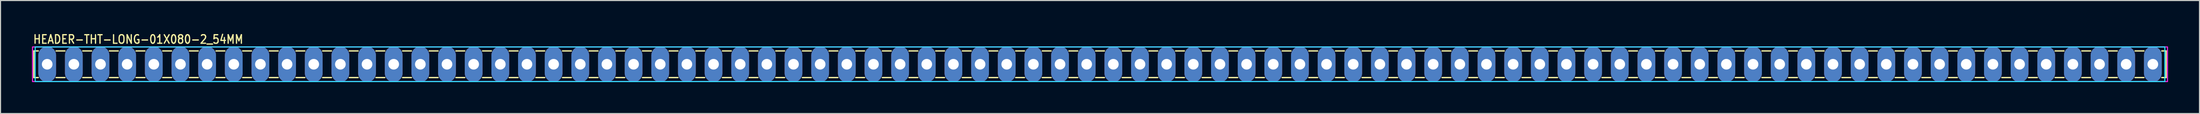
<source format=kicad_pcb>
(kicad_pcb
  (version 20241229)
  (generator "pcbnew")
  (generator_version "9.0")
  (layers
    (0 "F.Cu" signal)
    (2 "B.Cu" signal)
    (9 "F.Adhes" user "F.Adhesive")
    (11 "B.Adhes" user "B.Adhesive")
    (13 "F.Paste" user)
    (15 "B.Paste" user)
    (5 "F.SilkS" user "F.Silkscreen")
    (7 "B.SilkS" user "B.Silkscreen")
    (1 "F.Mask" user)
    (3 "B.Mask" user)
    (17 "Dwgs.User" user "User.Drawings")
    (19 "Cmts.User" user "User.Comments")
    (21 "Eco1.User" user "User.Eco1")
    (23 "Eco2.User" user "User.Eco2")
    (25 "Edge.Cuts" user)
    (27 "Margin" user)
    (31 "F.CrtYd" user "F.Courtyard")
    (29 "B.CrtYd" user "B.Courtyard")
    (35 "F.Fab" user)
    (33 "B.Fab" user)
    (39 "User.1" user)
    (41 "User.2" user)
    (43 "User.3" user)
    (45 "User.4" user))
  (footprint "HEADER-THT-LONG-01X080-2_54MM"
    (layer "F.Cu")
    (at 1.447 3.079)
    (property "Reference" "HEADER-THT-LONG-01X080-2_54MM" (at -1.4 -1.9 0) (unlocked yes) (layer "F.SilkS") (effects (font (size 0.813 0.695) (thickness 0.122)) (justify left bottom)))
    (fp_line (start -1.27 -1.27) (end -1.27 1.27) (stroke (width 0.127) (type solid)) (layer "F.SilkS"))
    (fp_line (start -1.27 1.27) (end -0.85 1.27) (stroke (width 0.127) (type solid)) (layer "F.SilkS"))
    (fp_line (start -0.85 -1.27) (end -1.27 -1.27) (stroke (width 0.127) (type solid)) (layer "F.SilkS"))
    (fp_line (start 0.85 -1.27) (end 1.69 -1.27) (stroke (width 0.127) (type solid)) (layer "F.SilkS"))
    (fp_line (start 0.85 1.27) (end 1.69 1.27) (stroke (width 0.127) (type solid)) (layer "F.SilkS"))
    (fp_line (start 3.39 -1.27) (end 4.23 -1.27) (stroke (width 0.127) (type solid)) (layer "F.SilkS"))
    (fp_line (start 3.39 1.27) (end 4.23 1.27) (stroke (width 0.127) (type solid)) (layer "F.SilkS"))
    (fp_line (start 5.93 -1.27) (end 6.77 -1.27) (stroke (width 0.127) (type solid)) (layer "F.SilkS"))
    (fp_line (start 5.93 1.27) (end 6.77 1.27) (stroke (width 0.127) (type solid)) (layer "F.SilkS"))
    (fp_line (start 8.47 -1.27) (end 9.31 -1.27) (stroke (width 0.127) (type solid)) (layer "F.SilkS"))
    (fp_line (start 8.47 1.27) (end 9.31 1.27) (stroke (width 0.127) (type solid)) (layer "F.SilkS"))
    (fp_line (start 11.01 -1.27) (end 11.85 -1.27) (stroke (width 0.127) (type solid)) (layer "F.SilkS"))
    (fp_line (start 11.01 1.27) (end 11.85 1.27) (stroke (width 0.127) (type solid)) (layer "F.SilkS"))
    (fp_line (start 13.55 -1.27) (end 14.39 -1.27) (stroke (width 0.127) (type solid)) (layer "F.SilkS"))
    (fp_line (start 13.55 1.27) (end 14.39 1.27) (stroke (width 0.127) (type solid)) (layer "F.SilkS"))
    (fp_line (start 16.09 -1.27) (end 16.93 -1.27) (stroke (width 0.127) (type solid)) (layer "F.SilkS"))
    (fp_line (start 16.09 1.27) (end 16.93 1.27) (stroke (width 0.127) (type solid)) (layer "F.SilkS"))
    (fp_line (start 18.63 -1.27) (end 19.47 -1.27) (stroke (width 0.127) (type solid)) (layer "F.SilkS"))
    (fp_line (start 18.63 1.27) (end 19.47 1.27) (stroke (width 0.127) (type solid)) (layer "F.SilkS"))
    (fp_line (start 21.17 -1.27) (end 22.01 -1.27) (stroke (width 0.127) (type solid)) (layer "F.SilkS"))
    (fp_line (start 21.17 1.27) (end 22.01 1.27) (stroke (width 0.127) (type solid)) (layer "F.SilkS"))
    (fp_line (start 23.71 -1.27) (end 24.55 -1.27) (stroke (width 0.127) (type solid)) (layer "F.SilkS"))
    (fp_line (start 23.71 1.27) (end 24.55 1.27) (stroke (width 0.127) (type solid)) (layer "F.SilkS"))
    (fp_line (start 26.25 -1.27) (end 27.09 -1.27) (stroke (width 0.127) (type solid)) (layer "F.SilkS"))
    (fp_line (start 26.25 1.27) (end 27.09 1.27) (stroke (width 0.127) (type solid)) (layer "F.SilkS"))
    (fp_line (start 28.79 -1.27) (end 29.63 -1.27) (stroke (width 0.127) (type solid)) (layer "F.SilkS"))
    (fp_line (start 28.79 1.27) (end 29.63 1.27) (stroke (width 0.127) (type solid)) (layer "F.SilkS"))
    (fp_line (start 31.33 -1.27) (end 32.17 -1.27) (stroke (width 0.127) (type solid)) (layer "F.SilkS"))
    (fp_line (start 31.33 1.27) (end 32.17 1.27) (stroke (width 0.127) (type solid)) (layer "F.SilkS"))
    (fp_line (start 33.87 -1.27) (end 34.71 -1.27) (stroke (width 0.127) (type solid)) (layer "F.SilkS"))
    (fp_line (start 33.87 1.27) (end 34.71 1.27) (stroke (width 0.127) (type solid)) (layer "F.SilkS"))
    (fp_line (start 36.41 -1.27) (end 37.25 -1.27) (stroke (width 0.127) (type solid)) (layer "F.SilkS"))
    (fp_line (start 36.41 1.27) (end 37.25 1.27) (stroke (width 0.127) (type solid)) (layer "F.SilkS"))
    (fp_line (start 38.95 -1.27) (end 39.79 -1.27) (stroke (width 0.127) (type solid)) (layer "F.SilkS"))
    (fp_line (start 38.95 1.27) (end 39.79 1.27) (stroke (width 0.127) (type solid)) (layer "F.SilkS"))
    (fp_line (start 41.49 -1.27) (end 42.33 -1.27) (stroke (width 0.127) (type solid)) (layer "F.SilkS"))
    (fp_line (start 41.49 1.27) (end 42.33 1.27) (stroke (width 0.127) (type solid)) (layer "F.SilkS"))
    (fp_line (start 44.03 -1.27) (end 44.87 -1.27) (stroke (width 0.127) (type solid)) (layer "F.SilkS"))
    (fp_line (start 44.03 1.27) (end 44.87 1.27) (stroke (width 0.127) (type solid)) (layer "F.SilkS"))
    (fp_line (start 46.57 -1.27) (end 47.41 -1.27) (stroke (width 0.127) (type solid)) (layer "F.SilkS"))
    (fp_line (start 46.57 1.27) (end 47.41 1.27) (stroke (width 0.127) (type solid)) (layer "F.SilkS"))
    (fp_line (start 49.11 -1.27) (end 49.95 -1.27) (stroke (width 0.127) (type solid)) (layer "F.SilkS"))
    (fp_line (start 49.11 1.27) (end 49.95 1.27) (stroke (width 0.127) (type solid)) (layer "F.SilkS"))
    (fp_line (start 51.65 -1.27) (end 52.49 -1.27) (stroke (width 0.127) (type solid)) (layer "F.SilkS"))
    (fp_line (start 51.65 1.27) (end 52.49 1.27) (stroke (width 0.127) (type solid)) (layer "F.SilkS"))
    (fp_line (start 54.19 -1.27) (end 55.03 -1.27) (stroke (width 0.127) (type solid)) (layer "F.SilkS"))
    (fp_line (start 54.19 1.27) (end 55.03 1.27) (stroke (width 0.127) (type solid)) (layer "F.SilkS"))
    (fp_line (start 56.73 -1.27) (end 57.57 -1.27) (stroke (width 0.127) (type solid)) (layer "F.SilkS"))
    (fp_line (start 56.73 1.27) (end 57.57 1.27) (stroke (width 0.127) (type solid)) (layer "F.SilkS"))
    (fp_line (start 59.27 -1.27) (end 60.11 -1.27) (stroke (width 0.127) (type solid)) (layer "F.SilkS"))
    (fp_line (start 59.27 1.27) (end 60.11 1.27) (stroke (width 0.127) (type solid)) (layer "F.SilkS"))
    (fp_line (start 61.81 -1.27) (end 62.65 -1.27) (stroke (width 0.127) (type solid)) (layer "F.SilkS"))
    (fp_line (start 61.81 1.27) (end 62.65 1.27) (stroke (width 0.127) (type solid)) (layer "F.SilkS"))
    (fp_line (start 64.35 -1.27) (end 65.19 -1.27) (stroke (width 0.127) (type solid)) (layer "F.SilkS"))
    (fp_line (start 64.35 1.27) (end 65.19 1.27) (stroke (width 0.127) (type solid)) (layer "F.SilkS"))
    (fp_line (start 66.89 -1.27) (end 67.73 -1.27) (stroke (width 0.127) (type solid)) (layer "F.SilkS"))
    (fp_line (start 66.89 1.27) (end 67.73 1.27) (stroke (width 0.127) (type solid)) (layer "F.SilkS"))
    (fp_line (start 69.43 -1.27) (end 70.27 -1.27) (stroke (width 0.127) (type solid)) (layer "F.SilkS"))
    (fp_line (start 69.43 1.27) (end 70.27 1.27) (stroke (width 0.127) (type solid)) (layer "F.SilkS"))
    (fp_line (start 71.97 -1.27) (end 72.81 -1.27) (stroke (width 0.127) (type solid)) (layer "F.SilkS"))
    (fp_line (start 71.97 1.27) (end 72.81 1.27) (stroke (width 0.127) (type solid)) (layer "F.SilkS"))
    (fp_line (start 74.51 -1.27) (end 75.35 -1.27) (stroke (width 0.127) (type solid)) (layer "F.SilkS"))
    (fp_line (start 74.51 1.27) (end 75.35 1.27) (stroke (width 0.127) (type solid)) (layer "F.SilkS"))
    (fp_line (start 77.05 -1.27) (end 77.89 -1.27) (stroke (width 0.127) (type solid)) (layer "F.SilkS"))
    (fp_line (start 77.05 1.27) (end 77.89 1.27) (stroke (width 0.127) (type solid)) (layer "F.SilkS"))
    (fp_line (start 79.59 -1.27) (end 80.43 -1.27) (stroke (width 0.127) (type solid)) (layer "F.SilkS"))
    (fp_line (start 79.59 1.27) (end 80.43 1.27) (stroke (width 0.127) (type solid)) (layer "F.SilkS"))
    (fp_line (start 82.13 -1.27) (end 82.97 -1.27) (stroke (width 0.127) (type solid)) (layer "F.SilkS"))
    (fp_line (start 82.13 1.27) (end 82.97 1.27) (stroke (width 0.127) (type solid)) (layer "F.SilkS"))
    (fp_line (start 84.67 -1.27) (end 85.51 -1.27) (stroke (width 0.127) (type solid)) (layer "F.SilkS"))
    (fp_line (start 84.67 1.27) (end 85.51 1.27) (stroke (width 0.127) (type solid)) (layer "F.SilkS"))
    (fp_line (start 87.21 -1.27) (end 88.05 -1.27) (stroke (width 0.127) (type solid)) (layer "F.SilkS"))
    (fp_line (start 87.21 1.27) (end 88.05 1.27) (stroke (width 0.127) (type solid)) (layer "F.SilkS"))
    (fp_line (start 89.75 -1.27) (end 90.59 -1.27) (stroke (width 0.127) (type solid)) (layer "F.SilkS"))
    (fp_line (start 89.75 1.27) (end 90.59 1.27) (stroke (width 0.127) (type solid)) (layer "F.SilkS"))
    (fp_line (start 92.29 -1.27) (end 93.13 -1.27) (stroke (width 0.127) (type solid)) (layer "F.SilkS"))
    (fp_line (start 92.29 1.27) (end 93.13 1.27) (stroke (width 0.127) (type solid)) (layer "F.SilkS"))
    (fp_line (start 94.83 -1.27) (end 95.67 -1.27) (stroke (width 0.127) (type solid)) (layer "F.SilkS"))
    (fp_line (start 94.83 1.27) (end 95.67 1.27) (stroke (width 0.127) (type solid)) (layer "F.SilkS"))
    (fp_line (start 97.37 -1.27) (end 98.21 -1.27) (stroke (width 0.127) (type solid)) (layer "F.SilkS"))
    (fp_line (start 97.37 1.27) (end 98.21 1.27) (stroke (width 0.127) (type solid)) (layer "F.SilkS"))
    (fp_line (start 99.91 -1.27) (end 100.75 -1.27) (stroke (width 0.127) (type solid)) (layer "F.SilkS"))
    (fp_line (start 99.91 1.27) (end 100.75 1.27) (stroke (width 0.127) (type solid)) (layer "F.SilkS"))
    (fp_line (start 102.45 -1.27) (end 103.29 -1.27) (stroke (width 0.127) (type solid)) (layer "F.SilkS"))
    (fp_line (start 102.45 1.27) (end 103.29 1.27) (stroke (width 0.127) (type solid)) (layer "F.SilkS"))
    (fp_line (start 104.99 -1.27) (end 105.83 -1.27) (stroke (width 0.127) (type solid)) (layer "F.SilkS"))
    (fp_line (start 104.99 1.27) (end 105.83 1.27) (stroke (width 0.127) (type solid)) (layer "F.SilkS"))
    (fp_line (start 107.53 -1.27) (end 108.37 -1.27) (stroke (width 0.127) (type solid)) (layer "F.SilkS"))
    (fp_line (start 107.53 1.27) (end 108.37 1.27) (stroke (width 0.127) (type solid)) (layer "F.SilkS"))
    (fp_line (start 110.07 -1.27) (end 110.91 -1.27) (stroke (width 0.127) (type solid)) (layer "F.SilkS"))
    (fp_line (start 110.07 1.27) (end 110.91 1.27) (stroke (width 0.127) (type solid)) (layer "F.SilkS"))
    (fp_line (start 112.61 -1.27) (end 113.45 -1.27) (stroke (width 0.127) (type solid)) (layer "F.SilkS"))
    (fp_line (start 112.61 1.27) (end 113.45 1.27) (stroke (width 0.127) (type solid)) (layer "F.SilkS"))
    (fp_line (start 115.15 -1.27) (end 115.99 -1.27) (stroke (width 0.127) (type solid)) (layer "F.SilkS"))
    (fp_line (start 115.15 1.27) (end 115.99 1.27) (stroke (width 0.127) (type solid)) (layer "F.SilkS"))
    (fp_line (start 117.69 -1.27) (end 118.53 -1.27) (stroke (width 0.127) (type solid)) (layer "F.SilkS"))
    (fp_line (start 117.69 1.27) (end 118.53 1.27) (stroke (width 0.127) (type solid)) (layer "F.SilkS"))
    (fp_line (start 120.23 -1.27) (end 121.07 -1.27) (stroke (width 0.127) (type solid)) (layer "F.SilkS"))
    (fp_line (start 120.23 1.27) (end 121.07 1.27) (stroke (width 0.127) (type solid)) (layer "F.SilkS"))
    (fp_line (start 122.77 -1.27) (end 123.61 -1.27) (stroke (width 0.127) (type solid)) (layer "F.SilkS"))
    (fp_line (start 122.77 1.27) (end 123.61 1.27) (stroke (width 0.127) (type solid)) (layer "F.SilkS"))
    (fp_line (start 125.31 -1.27) (end 126.15 -1.27) (stroke (width 0.127) (type solid)) (layer "F.SilkS"))
    (fp_line (start 125.31 1.27) (end 126.15 1.27) (stroke (width 0.127) (type solid)) (layer "F.SilkS"))
    (fp_line (start 127.85 -1.27) (end 128.69 -1.27) (stroke (width 0.127) (type solid)) (layer "F.SilkS"))
    (fp_line (start 127.85 1.27) (end 128.69 1.27) (stroke (width 0.127) (type solid)) (layer "F.SilkS"))
    (fp_line (start 130.39 -1.27) (end 131.23 -1.27) (stroke (width 0.127) (type solid)) (layer "F.SilkS"))
    (fp_line (start 130.39 1.27) (end 131.23 1.27) (stroke (width 0.127) (type solid)) (layer "F.SilkS"))
    (fp_line (start 132.93 -1.27) (end 133.77 -1.27) (stroke (width 0.127) (type solid)) (layer "F.SilkS"))
    (fp_line (start 132.93 1.27) (end 133.77 1.27) (stroke (width 0.127) (type solid)) (layer "F.SilkS"))
    (fp_line (start 135.47 -1.27) (end 136.31 -1.27) (stroke (width 0.127) (type solid)) (layer "F.SilkS"))
    (fp_line (start 135.47 1.27) (end 136.31 1.27) (stroke (width 0.127) (type solid)) (layer "F.SilkS"))
    (fp_line (start 138.01 -1.27) (end 138.85 -1.27) (stroke (width 0.127) (type solid)) (layer "F.SilkS"))
    (fp_line (start 138.01 1.27) (end 138.85 1.27) (stroke (width 0.127) (type solid)) (layer "F.SilkS"))
    (fp_line (start 140.55 -1.27) (end 141.39 -1.27) (stroke (width 0.127) (type solid)) (layer "F.SilkS"))
    (fp_line (start 140.55 1.27) (end 141.39 1.27) (stroke (width 0.127) (type solid)) (layer "F.SilkS"))
    (fp_line (start 143.09 -1.27) (end 143.93 -1.27) (stroke (width 0.127) (type solid)) (layer "F.SilkS"))
    (fp_line (start 143.09 1.27) (end 143.93 1.27) (stroke (width 0.127) (type solid)) (layer "F.SilkS"))
    (fp_line (start 145.63 -1.27) (end 146.47 -1.27) (stroke (width 0.127) (type solid)) (layer "F.SilkS"))
    (fp_line (start 145.63 1.27) (end 146.47 1.27) (stroke (width 0.127) (type solid)) (layer "F.SilkS"))
    (fp_line (start 148.17 -1.27) (end 149.01 -1.27) (stroke (width 0.127) (type solid)) (layer "F.SilkS"))
    (fp_line (start 148.17 1.27) (end 149.01 1.27) (stroke (width 0.127) (type solid)) (layer "F.SilkS"))
    (fp_line (start 150.71 -1.27) (end 151.55 -1.27) (stroke (width 0.127) (type solid)) (layer "F.SilkS"))
    (fp_line (start 150.71 1.27) (end 151.55 1.27) (stroke (width 0.127) (type solid)) (layer "F.SilkS"))
    (fp_line (start 153.25 -1.27) (end 154.09 -1.27) (stroke (width 0.127) (type solid)) (layer "F.SilkS"))
    (fp_line (start 153.25 1.27) (end 154.09 1.27) (stroke (width 0.127) (type solid)) (layer "F.SilkS"))
    (fp_line (start 155.79 -1.27) (end 156.63 -1.27) (stroke (width 0.127) (type solid)) (layer "F.SilkS"))
    (fp_line (start 155.79 1.27) (end 156.63 1.27) (stroke (width 0.127) (type solid)) (layer "F.SilkS"))
    (fp_line (start 158.33 -1.27) (end 159.17 -1.27) (stroke (width 0.127) (type solid)) (layer "F.SilkS"))
    (fp_line (start 158.33 1.27) (end 159.17 1.27) (stroke (width 0.127) (type solid)) (layer "F.SilkS"))
    (fp_line (start 160.87 -1.27) (end 161.71 -1.27) (stroke (width 0.127) (type solid)) (layer "F.SilkS"))
    (fp_line (start 160.87 1.27) (end 161.71 1.27) (stroke (width 0.127) (type solid)) (layer "F.SilkS"))
    (fp_line (start 163.41 -1.27) (end 164.25 -1.27) (stroke (width 0.127) (type solid)) (layer "F.SilkS"))
    (fp_line (start 163.41 1.27) (end 164.25 1.27) (stroke (width 0.127) (type solid)) (layer "F.SilkS"))
    (fp_line (start 165.95 -1.27) (end 166.79 -1.27) (stroke (width 0.127) (type solid)) (layer "F.SilkS"))
    (fp_line (start 165.95 1.27) (end 166.79 1.27) (stroke (width 0.127) (type solid)) (layer "F.SilkS"))
    (fp_line (start 168.49 -1.27) (end 169.33 -1.27) (stroke (width 0.127) (type solid)) (layer "F.SilkS"))
    (fp_line (start 168.49 1.27) (end 169.33 1.27) (stroke (width 0.127) (type solid)) (layer "F.SilkS"))
    (fp_line (start 171.03 -1.27) (end 171.87 -1.27) (stroke (width 0.127) (type solid)) (layer "F.SilkS"))
    (fp_line (start 171.03 1.27) (end 171.87 1.27) (stroke (width 0.127) (type solid)) (layer "F.SilkS"))
    (fp_line (start 173.57 -1.27) (end 174.41 -1.27) (stroke (width 0.127) (type solid)) (layer "F.SilkS"))
    (fp_line (start 173.57 1.27) (end 174.41 1.27) (stroke (width 0.127) (type solid)) (layer "F.SilkS"))
    (fp_line (start 176.11 -1.27) (end 176.95 -1.27) (stroke (width 0.127) (type solid)) (layer "F.SilkS"))
    (fp_line (start 176.11 1.27) (end 176.95 1.27) (stroke (width 0.127) (type solid)) (layer "F.SilkS"))
    (fp_line (start 178.65 -1.27) (end 179.49 -1.27) (stroke (width 0.127) (type solid)) (layer "F.SilkS"))
    (fp_line (start 178.65 1.27) (end 179.49 1.27) (stroke (width 0.127) (type solid)) (layer "F.SilkS"))
    (fp_line (start 181.19 -1.27) (end 182.03 -1.27) (stroke (width 0.127) (type solid)) (layer "F.SilkS"))
    (fp_line (start 181.19 1.27) (end 182.03 1.27) (stroke (width 0.127) (type solid)) (layer "F.SilkS"))
    (fp_line (start 183.73 -1.27) (end 184.57 -1.27) (stroke (width 0.127) (type solid)) (layer "F.SilkS"))
    (fp_line (start 183.73 1.27) (end 184.57 1.27) (stroke (width 0.127) (type solid)) (layer "F.SilkS"))
    (fp_line (start 186.27 -1.27) (end 187.11 -1.27) (stroke (width 0.127) (type solid)) (layer "F.SilkS"))
    (fp_line (start 186.27 1.27) (end 187.11 1.27) (stroke (width 0.127) (type solid)) (layer "F.SilkS"))
    (fp_line (start 188.81 -1.27) (end 189.65 -1.27) (stroke (width 0.127) (type solid)) (layer "F.SilkS"))
    (fp_line (start 188.81 1.27) (end 189.65 1.27) (stroke (width 0.127) (type solid)) (layer "F.SilkS"))
    (fp_line (start 191.35 -1.27) (end 192.19 -1.27) (stroke (width 0.127) (type solid)) (layer "F.SilkS"))
    (fp_line (start 191.35 1.27) (end 192.19 1.27) (stroke (width 0.127) (type solid)) (layer "F.SilkS"))
    (fp_line (start 193.89 -1.27) (end 194.73 -1.27) (stroke (width 0.127) (type solid)) (layer "F.SilkS"))
    (fp_line (start 193.89 1.27) (end 194.73 1.27) (stroke (width 0.127) (type solid)) (layer "F.SilkS"))
    (fp_line (start 196.43 -1.27) (end 197.27 -1.27) (stroke (width 0.127) (type solid)) (layer "F.SilkS"))
    (fp_line (start 196.43 1.27) (end 197.27 1.27) (stroke (width 0.127) (type solid)) (layer "F.SilkS"))
    (fp_line (start 198.97 -1.27) (end 199.81 -1.27) (stroke (width 0.127) (type solid)) (layer "F.SilkS"))
    (fp_line (start 198.97 1.27) (end 199.81 1.27) (stroke (width 0.127) (type solid)) (layer "F.SilkS"))
    (fp_line (start 201.51 -1.27) (end 201.93 -1.27) (stroke (width 0.127) (type solid)) (layer "F.SilkS"))
    (fp_line (start 201.93 -1.27) (end 201.93 1.27) (stroke (width 0.127) (type solid)) (layer "F.SilkS"))
    (fp_line (start 201.93 1.27) (end 201.51 1.27) (stroke (width 0.127) (type solid)) (layer "F.SilkS"))
    (fp_poly (pts (xy -1.143 -1.651) (xy 201.803 -1.651) (xy 201.803 1.651) (xy -1.143 1.651)) (stroke (width 0.1) (type solid)) (fill no) (layer "B.CrtYd"))
    (fp_poly (pts (xy -1.397 -1.651) (xy 202.057 -1.651) (xy 202.057 1.651) (xy -1.397 1.651)) (stroke (width 0.1) (type solid)) (fill no) (layer "F.CrtYd"))
    (pad "P$1" thru_hole oval (at 0 0 90) (size 3.387 1.693) (drill 1.016) (layers "*.Cu" "*.Mask"))
    (pad "P$2" thru_hole oval (at 2.54 0 90) (size 3.387 1.693) (drill 1.016) (layers "*.Cu" "*.Mask"))
    (pad "P$3" thru_hole oval (at 5.08 0 90) (size 3.387 1.693) (drill 1.016) (layers "*.Cu" "*.Mask"))
    (pad "P$4" thru_hole oval (at 7.62 0 90) (size 3.387 1.693) (drill 1.016) (layers "*.Cu" "*.Mask"))
    (pad "P$5" thru_hole oval (at 10.16 0 90) (size 3.387 1.693) (drill 1.016) (layers "*.Cu" "*.Mask"))
    (pad "P$6" thru_hole oval (at 12.7 0 90) (size 3.387 1.693) (drill 1.016) (layers "*.Cu" "*.Mask"))
    (pad "P$7" thru_hole oval (at 15.24 0 90) (size 3.387 1.693) (drill 1.016) (layers "*.Cu" "*.Mask"))
    (pad "P$8" thru_hole oval (at 17.78 0 90) (size 3.387 1.693) (drill 1.016) (layers "*.Cu" "*.Mask"))
    (pad "P$9" thru_hole oval (at 20.32 0 90) (size 3.387 1.693) (drill 1.016) (layers "*.Cu" "*.Mask"))
    (pad "P$10" thru_hole oval (at 22.86 0 90) (size 3.387 1.693) (drill 1.016) (layers "*.Cu" "*.Mask"))
    (pad "P$11" thru_hole oval (at 25.4 0 90) (size 3.387 1.693) (drill 1.016) (layers "*.Cu" "*.Mask"))
    (pad "P$12" thru_hole oval (at 27.94 0 90) (size 3.387 1.693) (drill 1.016) (layers "*.Cu" "*.Mask"))
    (pad "P$13" thru_hole oval (at 30.48 0 90) (size 3.387 1.693) (drill 1.016) (layers "*.Cu" "*.Mask"))
    (pad "P$14" thru_hole oval (at 33.02 0 90) (size 3.387 1.693) (drill 1.016) (layers "*.Cu" "*.Mask"))
    (pad "P$15" thru_hole oval (at 35.56 0 90) (size 3.387 1.693) (drill 1.016) (layers "*.Cu" "*.Mask"))
    (pad "P$16" thru_hole oval (at 38.1 0 90) (size 3.387 1.693) (drill 1.016) (layers "*.Cu" "*.Mask"))
    (pad "P$17" thru_hole oval (at 40.64 0 90) (size 3.387 1.693) (drill 1.016) (layers "*.Cu" "*.Mask"))
    (pad "P$18" thru_hole oval (at 43.18 0 90) (size 3.387 1.693) (drill 1.016) (layers "*.Cu" "*.Mask"))
    (pad "P$19" thru_hole oval (at 45.72 0 90) (size 3.387 1.693) (drill 1.016) (layers "*.Cu" "*.Mask"))
    (pad "P$20" thru_hole oval (at 48.26 0 90) (size 3.387 1.693) (drill 1.016) (layers "*.Cu" "*.Mask"))
    (pad "P$21" thru_hole oval (at 50.8 0 90) (size 3.387 1.693) (drill 1.016) (layers "*.Cu" "*.Mask"))
    (pad "P$22" thru_hole oval (at 53.34 0 90) (size 3.387 1.693) (drill 1.016) (layers "*.Cu" "*.Mask"))
    (pad "P$23" thru_hole oval (at 55.88 0 90) (size 3.387 1.693) (drill 1.016) (layers "*.Cu" "*.Mask"))
    (pad "P$24" thru_hole oval (at 58.42 0 90) (size 3.387 1.693) (drill 1.016) (layers "*.Cu" "*.Mask"))
    (pad "P$25" thru_hole oval (at 60.96 0 90) (size 3.387 1.693) (drill 1.016) (layers "*.Cu" "*.Mask"))
    (pad "P$26" thru_hole oval (at 63.5 0 90) (size 3.387 1.693) (drill 1.016) (layers "*.Cu" "*.Mask"))
    (pad "P$27" thru_hole oval (at 66.04 0 90) (size 3.387 1.693) (drill 1.016) (layers "*.Cu" "*.Mask"))
    (pad "P$28" thru_hole oval (at 68.58 0 90) (size 3.387 1.693) (drill 1.016) (layers "*.Cu" "*.Mask"))
    (pad "P$29" thru_hole oval (at 71.12 0 90) (size 3.387 1.693) (drill 1.016) (layers "*.Cu" "*.Mask"))
    (pad "P$30" thru_hole oval (at 73.66 0 90) (size 3.387 1.693) (drill 1.016) (layers "*.Cu" "*.Mask"))
    (pad "P$31" thru_hole oval (at 76.2 0 90) (size 3.387 1.693) (drill 1.016) (layers "*.Cu" "*.Mask"))
    (pad "P$32" thru_hole oval (at 78.74 0 90) (size 3.387 1.693) (drill 1.016) (layers "*.Cu" "*.Mask"))
    (pad "P$33" thru_hole oval (at 81.28 0 90) (size 3.387 1.693) (drill 1.016) (layers "*.Cu" "*.Mask"))
    (pad "P$34" thru_hole oval (at 83.82 0 90) (size 3.387 1.693) (drill 1.016) (layers "*.Cu" "*.Mask"))
    (pad "P$35" thru_hole oval (at 86.36 0 90) (size 3.387 1.693) (drill 1.016) (layers "*.Cu" "*.Mask"))
    (pad "P$36" thru_hole oval (at 88.9 0 90) (size 3.387 1.693) (drill 1.016) (layers "*.Cu" "*.Mask"))
    (pad "P$37" thru_hole oval (at 91.44 0 90) (size 3.387 1.693) (drill 1.016) (layers "*.Cu" "*.Mask"))
    (pad "P$38" thru_hole oval (at 93.98 0 90) (size 3.387 1.693) (drill 1.016) (layers "*.Cu" "*.Mask"))
    (pad "P$39" thru_hole oval (at 96.52 0 90) (size 3.387 1.693) (drill 1.016) (layers "*.Cu" "*.Mask"))
    (pad "P$40" thru_hole oval (at 99.06 0 90) (size 3.387 1.693) (drill 1.016) (layers "*.Cu" "*.Mask"))
    (pad "P$41" thru_hole oval (at 101.6 0 90) (size 3.387 1.693) (drill 1.016) (layers "*.Cu" "*.Mask"))
    (pad "P$42" thru_hole oval (at 104.14 0 90) (size 3.387 1.693) (drill 1.016) (layers "*.Cu" "*.Mask"))
    (pad "P$43" thru_hole oval (at 106.68 0 90) (size 3.387 1.693) (drill 1.016) (layers "*.Cu" "*.Mask"))
    (pad "P$44" thru_hole oval (at 109.22 0 90) (size 3.387 1.693) (drill 1.016) (layers "*.Cu" "*.Mask"))
    (pad "P$45" thru_hole oval (at 111.76 0 90) (size 3.387 1.693) (drill 1.016) (layers "*.Cu" "*.Mask"))
    (pad "P$46" thru_hole oval (at 114.3 0 90) (size 3.387 1.693) (drill 1.016) (layers "*.Cu" "*.Mask"))
    (pad "P$47" thru_hole oval (at 116.84 0 90) (size 3.387 1.693) (drill 1.016) (layers "*.Cu" "*.Mask"))
    (pad "P$48" thru_hole oval (at 119.38 0 90) (size 3.387 1.693) (drill 1.016) (layers "*.Cu" "*.Mask"))
    (pad "P$49" thru_hole oval (at 121.92 0 90) (size 3.387 1.693) (drill 1.016) (layers "*.Cu" "*.Mask"))
    (pad "P$50" thru_hole oval (at 124.46 0 90) (size 3.387 1.693) (drill 1.016) (layers "*.Cu" "*.Mask"))
    (pad "P$51" thru_hole oval (at 127 0 90) (size 3.387 1.693) (drill 1.016) (layers "*.Cu" "*.Mask"))
    (pad "P$52" thru_hole oval (at 129.54 0 90) (size 3.387 1.693) (drill 1.016) (layers "*.Cu" "*.Mask"))
    (pad "P$53" thru_hole oval (at 132.08 0 90) (size 3.387 1.693) (drill 1.016) (layers "*.Cu" "*.Mask"))
    (pad "P$54" thru_hole oval (at 134.62 0 90) (size 3.387 1.693) (drill 1.016) (layers "*.Cu" "*.Mask"))
    (pad "P$55" thru_hole oval (at 137.16 0 90) (size 3.387 1.693) (drill 1.016) (layers "*.Cu" "*.Mask"))
    (pad "P$56" thru_hole oval (at 139.7 0 90) (size 3.387 1.693) (drill 1.016) (layers "*.Cu" "*.Mask"))
    (pad "P$57" thru_hole oval (at 142.24 0 90) (size 3.387 1.693) (drill 1.016) (layers "*.Cu" "*.Mask"))
    (pad "P$58" thru_hole oval (at 144.78 0 90) (size 3.387 1.693) (drill 1.016) (layers "*.Cu" "*.Mask"))
    (pad "P$59" thru_hole oval (at 147.32 0 90) (size 3.387 1.693) (drill 1.016) (layers "*.Cu" "*.Mask"))
    (pad "P$60" thru_hole oval (at 149.86 0 90) (size 3.387 1.693) (drill 1.016) (layers "*.Cu" "*.Mask"))
    (pad "P$61" thru_hole oval (at 152.4 0 90) (size 3.387 1.693) (drill 1.016) (layers "*.Cu" "*.Mask"))
    (pad "P$62" thru_hole oval (at 154.94 0 90) (size 3.387 1.693) (drill 1.016) (layers "*.Cu" "*.Mask"))
    (pad "P$63" thru_hole oval (at 157.48 0 90) (size 3.387 1.693) (drill 1.016) (layers "*.Cu" "*.Mask"))
    (pad "P$64" thru_hole oval (at 160.02 0 90) (size 3.387 1.693) (drill 1.016) (layers "*.Cu" "*.Mask"))
    (pad "P$65" thru_hole oval (at 162.56 0 90) (size 3.387 1.693) (drill 1.016) (layers "*.Cu" "*.Mask"))
    (pad "P$66" thru_hole oval (at 165.1 0 90) (size 3.387 1.693) (drill 1.016) (layers "*.Cu" "*.Mask"))
    (pad "P$67" thru_hole oval (at 167.64 0 90) (size 3.387 1.693) (drill 1.016) (layers "*.Cu" "*.Mask"))
    (pad "P$68" thru_hole oval (at 170.18 0 90) (size 3.387 1.693) (drill 1.016) (layers "*.Cu" "*.Mask"))
    (pad "P$69" thru_hole oval (at 172.72 0 90) (size 3.387 1.693) (drill 1.016) (layers "*.Cu" "*.Mask"))
    (pad "P$70" thru_hole oval (at 175.26 0 90) (size 3.387 1.693) (drill 1.016) (layers "*.Cu" "*.Mask"))
    (pad "P$71" thru_hole oval (at 177.8 0 90) (size 3.387 1.693) (drill 1.016) (layers "*.Cu" "*.Mask"))
    (pad "P$72" thru_hole oval (at 180.34 0 90) (size 3.387 1.693) (drill 1.016) (layers "*.Cu" "*.Mask"))
    (pad "P$73" thru_hole oval (at 182.88 0 90) (size 3.387 1.693) (drill 1.016) (layers "*.Cu" "*.Mask"))
    (pad "P$74" thru_hole oval (at 185.42 0 90) (size 3.387 1.693) (drill 1.016) (layers "*.Cu" "*.Mask"))
    (pad "P$75" thru_hole oval (at 187.96 0 90) (size 3.387 1.693) (drill 1.016) (layers "*.Cu" "*.Mask"))
    (pad "P$76" thru_hole oval (at 190.5 0 90) (size 3.387 1.693) (drill 1.016) (layers "*.Cu" "*.Mask"))
    (pad "P$77" thru_hole oval (at 193.04 0 90) (size 3.387 1.693) (drill 1.016) (layers "*.Cu" "*.Mask"))
    (pad "P$78" thru_hole oval (at 195.58 0 90) (size 3.387 1.693) (drill 1.016) (layers "*.Cu" "*.Mask"))
    (pad "P$79" thru_hole oval (at 198.12 0 90) (size 3.387 1.693) (drill 1.016) (layers "*.Cu" "*.Mask"))
    (pad "P$80" thru_hole oval (at 200.66 0 90) (size 3.387 1.693) (drill 1.016) (layers "*.Cu" "*.Mask")))
  (gr_rect
    (start -3 -3)
    (end 206.554 7.78)
    (stroke (width 0.1) (type default))
    (fill no)
    (layer "Edge.Cuts")))
</source>
